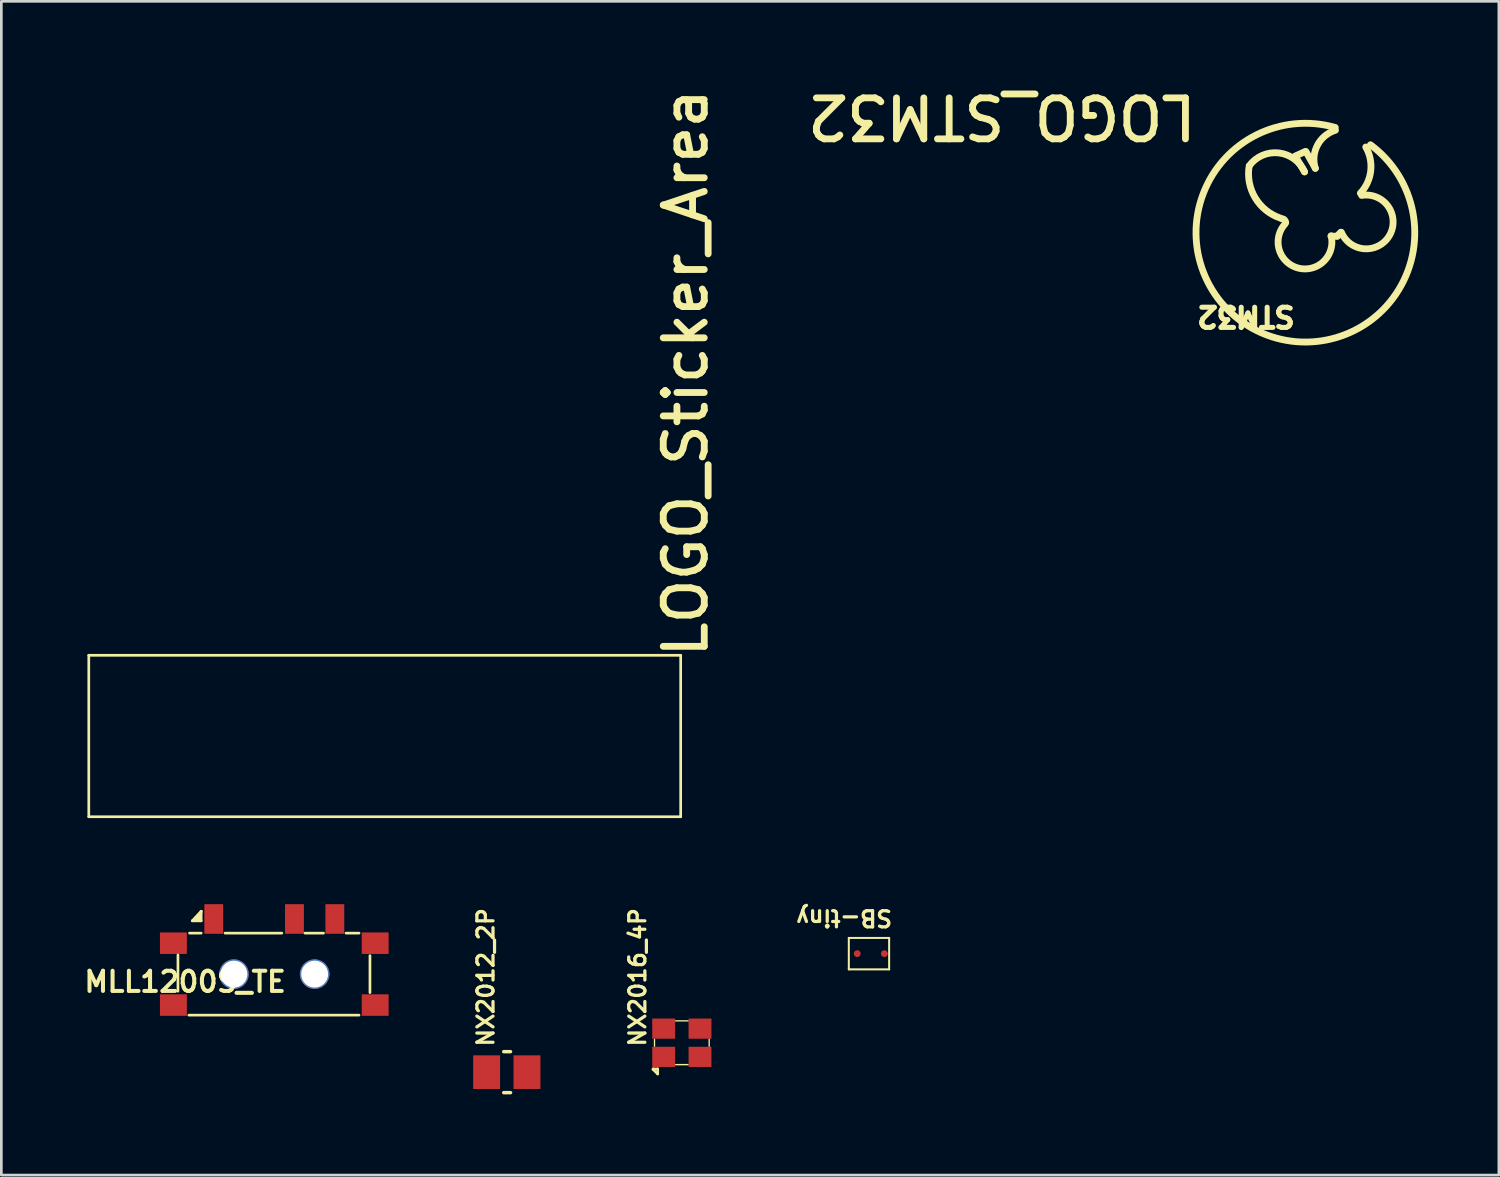
<source format=kicad_pcb>
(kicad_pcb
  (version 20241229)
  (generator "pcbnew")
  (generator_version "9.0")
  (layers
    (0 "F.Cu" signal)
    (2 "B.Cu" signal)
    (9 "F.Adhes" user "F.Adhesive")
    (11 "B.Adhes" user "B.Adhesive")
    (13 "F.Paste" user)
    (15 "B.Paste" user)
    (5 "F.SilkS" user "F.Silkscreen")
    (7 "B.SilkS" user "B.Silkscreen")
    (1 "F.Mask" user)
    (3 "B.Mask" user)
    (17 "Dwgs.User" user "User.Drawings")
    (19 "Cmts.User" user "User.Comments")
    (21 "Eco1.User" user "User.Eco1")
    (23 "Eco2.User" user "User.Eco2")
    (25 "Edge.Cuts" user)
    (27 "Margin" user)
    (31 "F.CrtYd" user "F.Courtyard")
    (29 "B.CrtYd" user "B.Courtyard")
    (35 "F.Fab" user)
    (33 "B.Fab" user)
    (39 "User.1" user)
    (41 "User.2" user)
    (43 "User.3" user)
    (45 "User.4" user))
  (footprint "MLL1200S_TE"
    (layer "F.Cu")
    (at 7.145 33.157)
    (property "Reference" "MLL1200S_TE" (at -7.145 0.724 0) (unlocked yes) (layer "F.SilkS") (effects (font (size 0.75 0.75) (thickness 0.15)) (justify left bottom)))
    (fp_line (start -3.581 0.635) (end -3.581 -0.711) (stroke (width 0.1) (type solid)) (layer "F.SilkS"))
    (fp_line (start -3.175 1.524) (end 3.15 1.524) (stroke (width 0.1) (type solid)) (layer "F.SilkS"))
    (fp_line (start -3.15 -1.524) (end -2.718 -1.524) (stroke (width 0.1) (type solid)) (layer "F.SilkS"))
    (fp_line (start -3.048 -1.981) (end -2.718 -2.337) (stroke (width 0.1) (type solid)) (layer "F.SilkS"))
    (fp_line (start -3.048 -1.981) (end -2.718 -1.981) (stroke (width 0.1) (type solid)) (layer "F.SilkS"))
    (fp_line (start -2.896 -2.057) (end -2.794 -2.184) (stroke (width 0.1) (type solid)) (layer "F.SilkS"))
    (fp_line (start -2.896 -2.057) (end -2.769 -2.032) (stroke (width 0.1) (type solid)) (layer "F.SilkS"))
    (fp_line (start -2.769 -2.032) (end -2.718 -2.337) (stroke (width 0.1) (type solid)) (layer "F.SilkS"))
    (fp_line (start -2.718 -1.981) (end -2.718 -2.337) (stroke (width 0.1) (type solid)) (layer "F.SilkS"))
    (fp_line (start -1.829 -1.524) (end 0.279 -1.524) (stroke (width 0.1) (type solid)) (layer "F.SilkS"))
    (fp_line (start 1.143 -1.524) (end 1.829 -1.524) (stroke (width 0.1) (type solid)) (layer "F.SilkS"))
    (fp_line (start 2.667 -1.524) (end 3.15 -1.524) (stroke (width 0.1) (type solid)) (layer "F.SilkS"))
    (fp_line (start 3.556 0.686) (end 3.556 -0.686) (stroke (width 0.1) (type solid)) (layer "F.SilkS"))
    (fp_line (start -1.4 2.715) (end -1.4 1.345) (stroke (width 0.1) (type solid)) (layer "User.2"))
    (fp_line (start -1.4 2.715) (end -1.27 2.845) (stroke (width 0.1) (type solid)) (layer "User.2"))
    (fp_line (start -1.27 2.845) (end -0.227 2.845) (stroke (width 0.1) (type solid)) (layer "User.2"))
    (fp_line (start -0.227 2.845) (end -0.1 2.718) (stroke (width 0.1) (type solid)) (layer "User.2"))
    (fp_line (start -0.1 2.718) (end -0.1 1.345) (stroke (width 0.1) (type solid)) (layer "User.2"))
    (fp_line (start 0.1 2.691) (end 0.1 1.345) (stroke (width 0.1) (type solid)) (layer "User.2"))
    (fp_line (start 0.1 2.691) (end 0.254 2.845) (stroke (width 0.1) (type solid)) (layer "User.2"))
    (fp_line (start 0.254 2.845) (end 1.219 2.845) (stroke (width 0.1) (type solid)) (layer "User.2"))
    (fp_line (start 1.219 2.845) (end 1.4 2.664) (stroke (width 0.1) (type solid)) (layer "User.2"))
    (fp_line (start 1.4 2.664) (end 1.4 1.345) (stroke (width 0.1) (type solid)) (layer "User.2"))
    (pad "0" smd rect (at -3.75 -1.15) (size 1 0.8) (layers "F.Cu" "F.Mask" "F.Paste"))
    (pad "0" smd rect (at -3.75 1.15) (size 1 0.8) (layers "F.Cu" "F.Mask" "F.Paste"))
    (pad "0" thru_hole circle (at -1.5 0) (size 1.1 1.1) (drill 1) (layers "*.Cu" "*.Mask"))
    (pad "0" thru_hole circle (at 1.5 0) (size 1.1 1.1) (drill 1) (layers "*.Cu" "*.Mask"))
    (pad "0" smd rect (at 3.75 -1.15) (size 1 0.8) (layers "F.Cu" "F.Mask" "F.Paste"))
    (pad "0" smd rect (at 3.75 1.15) (size 1 0.8) (layers "F.Cu" "F.Mask" "F.Paste"))
    (pad "1" smd rect (at -2.25 -2.05) (size 0.7 1.1) (layers "F.Cu" "F.Mask" "F.Paste"))
    (pad "2" smd rect (at 0.75 -2.05) (size 0.7 1.1) (layers "F.Cu" "F.Mask" "F.Paste"))
    (pad "3" smd rect (at 2.25 -2.05) (size 0.7 1.1) (layers "F.Cu" "F.Mask" "F.Paste")))
  (footprint "NX2016_4P"
    (layer "F.Cu")
    (at 22.293 35.708)
    (property "Reference" "NX2016_4P" (at -1.295 0.203 90) (unlocked yes) (layer "F.SilkS") (effects (font (size 0.6 0.6) (thickness 0.12)) (justify left bottom)))
    (fp_line (start -1.067 0.991) (end -1.067 0.973) (stroke (width 0.1) (type solid)) (layer "F.SilkS"))
    (fp_line (start -1.016 0.127) (end -1.016 -0.127) (stroke (width 0.05) (type solid)) (layer "F.SilkS"))
    (fp_line (start -0.898 0.973) (end -1.067 0.973) (stroke (width 0.1) (type solid)) (layer "F.SilkS"))
    (fp_line (start -0.898 1.16) (end -1.067 0.991) (stroke (width 0.1) (type solid)) (layer "F.SilkS"))
    (fp_line (start -0.898 1.16) (end -0.898 0.973) (stroke (width 0.1) (type solid)) (layer "F.SilkS"))
    (fp_line (start 0.229 -0.813) (end -0.229 -0.813) (stroke (width 0.05) (type solid)) (layer "F.SilkS"))
    (fp_line (start 0.229 0.813) (end -0.229 0.813) (stroke (width 0.05) (type solid)) (layer "F.SilkS"))
    (fp_line (start 1.016 0.127) (end 1.016 -0.127) (stroke (width 0.05) (type solid)) (layer "F.SilkS"))
    (pad "1" smd rect (at -0.675 0.525) (size 0.85 0.75) (layers "F.Cu" "F.Mask" "F.Paste"))
    (pad "2" smd rect (at 0.675 0.525) (size 0.85 0.75) (layers "F.Cu" "F.Mask" "F.Paste"))
    (pad "3" smd rect (at 0.675 -0.525) (size 0.85 0.75) (layers "F.Cu" "F.Mask" "F.Paste"))
    (pad "4" smd rect (at -0.675 -0.525) (size 0.85 0.75) (layers "F.Cu" "F.Mask" "F.Paste")))
  (footprint "LOGO_Sticker_Area"
    (layer "F.Cu")
    (at 0.25 27.307)
    (property "Reference" "LOGO_Sticker_Area" (at 23.076 -5.804 90) (unlocked yes) (layer "F.SilkS") (effects (font (size 1.524 1.524) (thickness 0.254)) (justify left bottom)))
    (fp_line (start 0 0) (end 0 -6) (stroke (width 0.1) (type solid)) (layer "F.SilkS"))
    (fp_line (start 22 -6) (end 0 -6) (stroke (width 0.1) (type solid)) (layer "F.SilkS"))
    (fp_line (start 22 0) (end 0 0) (stroke (width 0.1) (type solid)) (layer "F.SilkS"))
    (fp_line (start 22 0) (end 22 -6) (stroke (width 0.1) (type solid)) (layer "F.SilkS")))
  (footprint "SB-tiny"
    (layer "F.Cu")
    (at 29.312 32.396)
    (property "Reference" "SB-tiny" (at 0.864 -1.676 180) (unlocked yes) (layer "F.SilkS") (effects (font (size 0.6 0.6) (thickness 0.12)) (justify left bottom)))
    (fp_line (start -0.813 0.584) (end -0.813 -0.584) (stroke (width 0.075) (type solid)) (layer "F.SilkS"))
    (fp_line (start 0.686 -0.584) (end -0.813 -0.584) (stroke (width 0.075) (type solid)) (layer "F.SilkS"))
    (fp_line (start 0.686 0.584) (end -0.813 0.584) (stroke (width 0.075) (type solid)) (layer "F.SilkS"))
    (fp_line (start 0.686 0.584) (end 0.686 -0.584) (stroke (width 0.075) (type solid)) (layer "F.SilkS"))
    (pad "1" smd circle (at -0.5 0) (size 0.254 0.254) (layers "F.Cu" "F.Mask" "F.Paste"))
    (pad "2" smd circle (at 0.508 0) (size 0.254 0.254) (layers "F.Cu" "F.Mask" "F.Paste")))
  (footprint "NX2012_2P"
    (layer "F.Cu")
    (at 15.037 36.801)
    (property "Reference" "NX2012_2P" (at 0.317 -0.89 90) (unlocked yes) (layer "F.SilkS") (effects (font (size 0.6 0.6) (thickness 0.12)) (justify left bottom)))
    (fp_line (start 0.889 -0.762) (end 0.635 -0.762) (stroke (width 0.127) (type solid)) (layer "F.SilkS"))
    (fp_line (start 0.889 0.762) (end 0.635 0.762) (stroke (width 0.127) (type solid)) (layer "F.SilkS"))
    (pad "1" smd rect (at 0 0) (size 1 1.25) (layers "F.Cu" "F.Mask" "F.Paste"))
    (pad "2" smd rect (at 1.5 0) (size 1 1.25) (layers "F.Cu" "F.Mask" "F.Paste")))
  (footprint "LOGO_STM32"
    (layer "F.Cu")
    (at 45.313 5.481)
    (property "Reference" "LOGO_STM32" (at -3.772 -5.093 180) (unlocked yes) (layer "F.SilkS") (effects (font (size 1.524 1.524) (thickness 0.254)) (justify left bottom)))
    (fp_line (start 0.125 -2.15) (end -0.222 -2.728) (stroke (width 0.254) (type solid)) (layer "F.SilkS"))
    (fp_line (start 0.15 -2.9) (end -0.175 -2.75) (stroke (width 0.254) (type solid)) (layer "F.SilkS"))
    (fp_line (start 0.528 -2.275) (end 0.175 -2.9) (stroke (width 0.254) (type solid)) (layer "F.SilkS"))
    (fp_line (start 1.35 0.25) (end 1.107 0.25) (stroke (width 0.254) (type solid)) (layer "F.SilkS"))
    (fp_line (start 1.475 0.1) (end 1.33 0.245) (stroke (width 0.254) (type solid)) (layer "F.SilkS"))
    (fp_arc (start -1.924999 -2.375002) (mid -0.831977 -2.847236) (end 0.125097 -2.138922) (stroke (width 0.254) (type solid)) (layer "F.SilkS"))
    (fp_arc (start -0.775 -0.425) (mid -1.709303 -1.178793) (end -1.933105 -2.358216) (stroke (width 0.254) (type solid)) (layer "F.SilkS"))
    (fp_arc (start -0.716706 -0.400172) (mid -0.614751 -0.354435) (end -0.574999 -0.250001) (stroke (width 0.254) (type solid)) (layer "F.SilkS"))
    (fp_arc (start 0.524999 -2.275002) (mid 0.606489 -3.137556) (end 1.274029 -3.689852) (stroke (width 0.254) (type solid)) (layer "F.SilkS"))
    (fp_arc (start 1.113999 0.232) (mid -0.098022 1.435809) (end -0.611073 -0.193587) (stroke (width 0.254) (type solid)) (layer "F.SilkS"))
    (fp_arc (start 2.24726 -1.267272) (mid 3.294046 0.198887) (end 1.495 0.104997) (stroke (width 0.254) (type solid)) (layer "F.SilkS"))
    (fp_arc (start 2.400981 -3.066178) (mid 2.584529 -2.174827) (end 2.199999 -1.350003) (stroke (width 0.254) (type solid)) (layer "F.SilkS"))
    (fp_arc (start 2.575001 -3.149999) (mid -1.636642 3.765444) (end 1.266743 -3.793104) (stroke (width 0.254) (type solid)) (layer "F.SilkS"))
    (fp_text user "STM32" (at -2.05 3.225 180) (unlocked yes) (layer "F.SilkS") (effects (font (size 0.75 0.75) (thickness 0.254) (bold yes)))))
  (gr_rect
    (start -3 -3)
    (end 52.661 40.627)
    (stroke (width 0.1) (type default))
    (fill no)
    (layer "Edge.Cuts")))
</source>
